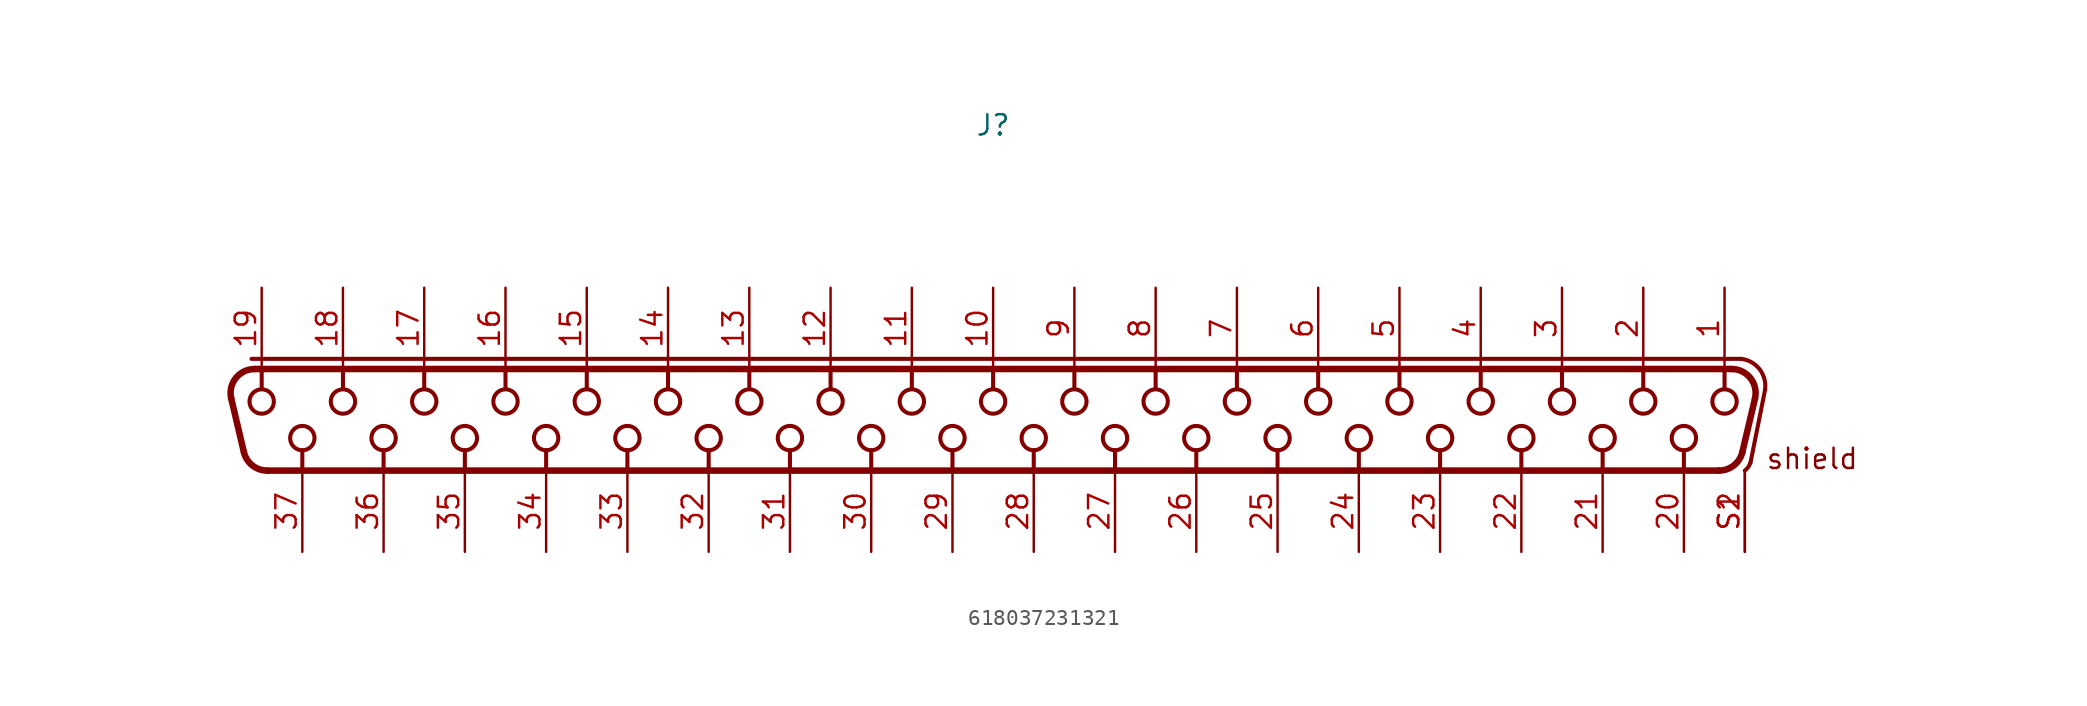
<source format=kicad_sym>
(kicad_symbol_lib
  (version 20241209)
  (generator "kicad_symbol_editor")
  (generator_version "9.0")
  (symbol "618037231321"
    (pin_names
      (hide yes))
    (property "Reference" "J"
      (at 0 17.78 0)
      (effects (font (size 1.27 1.27))))
    (symbol "618037231321_1_0"
      (polyline (pts (xy -46.833 -2.655) (xy -47.624 0.695)) (stroke (width 0.406) (type solid)) (fill (type none)))
      (polyline (pts (xy -46.355 3.175) (xy 46.76 3.175)) (stroke (width 0.254) (type solid)) (fill (type none)))
      (polyline (pts (xy -46.164 2.54) (xy 46.164 2.54)) (stroke (width 0.406) (type solid)) (fill (type none)))
      (arc (start -47.6242 0.695) (mid -47.3407 1.9707) (end -46.1643 2.54) (stroke (width 0.4064) (type solid)) (fill (type none)))
      (polyline (pts (xy -45.72 2.58) (xy -45.72 1.3)) (stroke (width 0.254) (type solid)) (fill (type none)))
      (circle (center -45.72 0.508) (radius 0.762) (stroke (width 0.254) (type solid)) (fill (type none)))
      (arc (start -45.373 -3.81) (mid -46.3038 -3.4862) (end -46.8328 -2.6547) (stroke (width 0.4064) (type solid)) (fill (type none)))
      (circle (center -43.18 -1.778) (radius 0.762) (stroke (width 0.254) (type solid)) (fill (type none)))
      (polyline (pts (xy -43.18 -2.54) (xy -43.18 -3.82)) (stroke (width 0.254) (type solid)) (fill (type none)))
      (polyline (pts (xy -40.64 2.58) (xy -40.64 1.3)) (stroke (width 0.254) (type solid)) (fill (type none)))
      (circle (center -40.64 0.508) (radius 0.762) (stroke (width 0.254) (type solid)) (fill (type none)))
      (circle (center -38.1 -1.778) (radius 0.762) (stroke (width 0.254) (type solid)) (fill (type none)))
      (polyline (pts (xy -38.1 -2.54) (xy -38.1 -3.82)) (stroke (width 0.254) (type solid)) (fill (type none)))
      (polyline (pts (xy -35.56 2.58) (xy -35.56 1.3)) (stroke (width 0.254) (type solid)) (fill (type none)))
      (circle (center -35.56 0.508) (radius 0.762) (stroke (width 0.254) (type solid)) (fill (type none)))
      (circle (center -33.02 -1.778) (radius 0.762) (stroke (width 0.254) (type solid)) (fill (type none)))
      (polyline (pts (xy -33.02 -2.54) (xy -33.02 -3.82)) (stroke (width 0.254) (type solid)) (fill (type none)))
      (polyline (pts (xy -30.48 2.58) (xy -30.48 1.3)) (stroke (width 0.254) (type solid)) (fill (type none)))
      (circle (center -30.48 0.508) (radius 0.762) (stroke (width 0.254) (type solid)) (fill (type none)))
      (circle (center -27.94 -1.778) (radius 0.762) (stroke (width 0.254) (type solid)) (fill (type none)))
      (polyline (pts (xy -27.94 -2.54) (xy -27.94 -3.82)) (stroke (width 0.254) (type solid)) (fill (type none)))
      (polyline (pts (xy -25.4 2.58) (xy -25.4 1.3)) (stroke (width 0.254) (type solid)) (fill (type none)))
      (circle (center -25.4 0.508) (radius 0.762) (stroke (width 0.254) (type solid)) (fill (type none)))
      (circle (center -22.86 -1.778) (radius 0.762) (stroke (width 0.254) (type solid)) (fill (type none)))
      (polyline (pts (xy -22.86 -2.54) (xy -22.86 -3.82)) (stroke (width 0.254) (type solid)) (fill (type none)))
      (polyline (pts (xy -20.32 2.58) (xy -20.32 1.3)) (stroke (width 0.254) (type solid)) (fill (type none)))
      (circle (center -20.32 0.508) (radius 0.762) (stroke (width 0.254) (type solid)) (fill (type none)))
      (circle (center -17.78 -1.778) (radius 0.762) (stroke (width 0.254) (type solid)) (fill (type none)))
      (polyline (pts (xy -17.78 -2.54) (xy -17.78 -3.82)) (stroke (width 0.254) (type solid)) (fill (type none)))
      (polyline (pts (xy -15.24 2.58) (xy -15.24 1.3)) (stroke (width 0.254) (type solid)) (fill (type none)))
      (circle (center -15.24 0.508) (radius 0.762) (stroke (width 0.254) (type solid)) (fill (type none)))
      (circle (center -12.7 -1.778) (radius 0.762) (stroke (width 0.254) (type solid)) (fill (type none)))
      (polyline (pts (xy -12.7 -2.54) (xy -12.7 -3.82)) (stroke (width 0.254) (type solid)) (fill (type none)))
      (polyline (pts (xy -10.16 2.58) (xy -10.16 1.3)) (stroke (width 0.254) (type solid)) (fill (type none)))
      (circle (center -10.16 0.508) (radius 0.762) (stroke (width 0.254) (type solid)) (fill (type none)))
      (circle (center -7.62 -1.778) (radius 0.762) (stroke (width 0.254) (type solid)) (fill (type none)))
      (polyline (pts (xy -7.62 -2.54) (xy -7.62 -3.82)) (stroke (width 0.254) (type solid)) (fill (type none)))
      (polyline (pts (xy -5.08 2.58) (xy -5.08 1.3)) (stroke (width 0.254) (type solid)) (fill (type none)))
      (circle (center -5.08 0.508) (radius 0.762) (stroke (width 0.254) (type solid)) (fill (type none)))
      (circle (center -2.54 -1.778) (radius 0.762) (stroke (width 0.254) (type solid)) (fill (type none)))
      (polyline (pts (xy -2.54 -2.54) (xy -2.54 -3.82)) (stroke (width 0.254) (type solid)) (fill (type none)))
      (polyline (pts (xy 0 2.58) (xy 0 1.3)) (stroke (width 0.254) (type solid)) (fill (type none)))
      (circle (center 0 0.508) (radius 0.762) (stroke (width 0.254) (type solid)) (fill (type none)))
      (circle (center 2.54 -1.778) (radius 0.762) (stroke (width 0.254) (type solid)) (fill (type none)))
      (polyline (pts (xy 2.54 -2.54) (xy 2.54 -3.82)) (stroke (width 0.254) (type solid)) (fill (type none)))
      (polyline (pts (xy 5.08 2.58) (xy 5.08 1.3)) (stroke (width 0.254) (type solid)) (fill (type none)))
      (circle (center 5.08 0.508) (radius 0.762) (stroke (width 0.254) (type solid)) (fill (type none)))
      (circle (center 7.62 -1.778) (radius 0.762) (stroke (width 0.254) (type solid)) (fill (type none)))
      (polyline (pts (xy 7.62 -2.54) (xy 7.62 -3.82)) (stroke (width 0.254) (type solid)) (fill (type none)))
      (polyline (pts (xy 10.16 2.58) (xy 10.16 1.3)) (stroke (width 0.254) (type solid)) (fill (type none)))
      (circle (center 10.16 0.508) (radius 0.762) (stroke (width 0.254) (type solid)) (fill (type none)))
      (circle (center 12.7 -1.778) (radius 0.762) (stroke (width 0.254) (type solid)) (fill (type none)))
      (polyline (pts (xy 12.7 -2.54) (xy 12.7 -3.82)) (stroke (width 0.254) (type solid)) (fill (type none)))
      (polyline (pts (xy 15.24 2.58) (xy 15.24 1.3)) (stroke (width 0.254) (type solid)) (fill (type none)))
      (circle (center 15.24 0.508) (radius 0.762) (stroke (width 0.254) (type solid)) (fill (type none)))
      (circle (center 17.78 -1.778) (radius 0.762) (stroke (width 0.254) (type solid)) (fill (type none)))
      (polyline (pts (xy 17.78 -2.54) (xy 17.78 -3.82)) (stroke (width 0.254) (type solid)) (fill (type none)))
      (polyline (pts (xy 20.32 2.58) (xy 20.32 1.3)) (stroke (width 0.254) (type solid)) (fill (type none)))
      (circle (center 20.32 0.508) (radius 0.762) (stroke (width 0.254) (type solid)) (fill (type none)))
      (circle (center 22.86 -1.778) (radius 0.762) (stroke (width 0.254) (type solid)) (fill (type none)))
      (polyline (pts (xy 22.86 -2.54) (xy 22.86 -3.82)) (stroke (width 0.254) (type solid)) (fill (type none)))
      (polyline (pts (xy 25.4 2.58) (xy 25.4 1.3)) (stroke (width 0.254) (type solid)) (fill (type none)))
      (circle (center 25.4 0.508) (radius 0.762) (stroke (width 0.254) (type solid)) (fill (type none)))
      (circle (center 27.94 -1.778) (radius 0.762) (stroke (width 0.254) (type solid)) (fill (type none)))
      (polyline (pts (xy 27.94 -2.54) (xy 27.94 -3.82)) (stroke (width 0.254) (type solid)) (fill (type none)))
      (polyline (pts (xy 30.48 2.58) (xy 30.48 1.3)) (stroke (width 0.254) (type solid)) (fill (type none)))
      (circle (center 30.48 0.508) (radius 0.762) (stroke (width 0.254) (type solid)) (fill (type none)))
      (circle (center 33.02 -1.778) (radius 0.762) (stroke (width 0.254) (type solid)) (fill (type none)))
      (polyline (pts (xy 33.02 -2.54) (xy 33.02 -3.82)) (stroke (width 0.254) (type solid)) (fill (type none)))
      (polyline (pts (xy 35.56 2.58) (xy 35.56 1.3)) (stroke (width 0.254) (type solid)) (fill (type none)))
      (circle (center 35.56 0.508) (radius 0.762) (stroke (width 0.254) (type solid)) (fill (type none)))
      (circle (center 38.1 -1.778) (radius 0.762) (stroke (width 0.254) (type solid)) (fill (type none)))
      (polyline (pts (xy 38.1 -2.54) (xy 38.1 -3.82)) (stroke (width 0.254) (type solid)) (fill (type none)))
      (polyline (pts (xy 40.64 2.58) (xy 40.64 1.3)) (stroke (width 0.254) (type solid)) (fill (type none)))
      (circle (center 40.64 0.508) (radius 0.762) (stroke (width 0.254) (type solid)) (fill (type none)))
      (circle (center 43.18 -1.778) (radius 0.762) (stroke (width 0.254) (type solid)) (fill (type none)))
      (polyline (pts (xy 43.18 -2.54) (xy 43.18 -3.82)) (stroke (width 0.254) (type solid)) (fill (type none)))
      (arc (start 46.8328 -2.6548) (mid 46.3037 -3.4863) (end 45.3729 -3.81) (stroke (width 0.4064) (type solid)) (fill (type none)))
      (polyline (pts (xy 45.373 -3.81) (xy -45.373 -3.81)) (stroke (width 0.406) (type solid)) (fill (type none)))
      (polyline (pts (xy 45.72 2.58) (xy 45.72 1.3)) (stroke (width 0.254) (type solid)) (fill (type none)))
      (circle (center 45.72 0.508) (radius 0.762) (stroke (width 0.254) (type solid)) (fill (type none)))
      (arc (start 46.1643 2.54) (mid 47.3407 1.9707) (end 47.6242 0.695) (stroke (width 0.4064) (type solid)) (fill (type none)))
      (arc (start 47.3439 -3.3037) (mid 47.2048 -3.5833) (end 46.99 -3.81) (stroke (width 0.254) (type solid)) (fill (type none)))
      (arc (start 46.76 3.175) (mid 47.9064 2.5346) (end 48.26 1.27) (stroke (width 0.254) (type solid)) (fill (type none)))
      (polyline (pts (xy 47.344 -3.304) (xy 48.26 1.27)) (stroke (width 0.254) (type solid)) (fill (type none)))
      (polyline (pts (xy 47.624 0.695) (xy 46.833 -2.655)) (stroke (width 0.406) (type solid)) (fill (type none)))
      (pin passive line (at -45.72 7.62 270) (length 5.08) (name "19" (effects (font (size 1.27 1.27)))) (number "19" (effects (font (size 1.27 1.27)))))
      (pin passive line (at -43.18 -8.89 90) (length 5.08) (name "37" (effects (font (size 1.27 1.27)))) (number "37" (effects (font (size 1.27 1.27)))))
      (pin passive line (at -40.64 7.62 270) (length 5.08) (name "18" (effects (font (size 1.27 1.27)))) (number "18" (effects (font (size 1.27 1.27)))))
      (pin passive line (at -38.1 -8.89 90) (length 5.08) (name "36" (effects (font (size 1.27 1.27)))) (number "36" (effects (font (size 1.27 1.27)))))
      (pin passive line (at -35.56 7.62 270) (length 5.08) (name "17" (effects (font (size 1.27 1.27)))) (number "17" (effects (font (size 1.27 1.27)))))
      (pin passive line (at -33.02 -8.89 90) (length 5.08) (name "35" (effects (font (size 1.27 1.27)))) (number "35" (effects (font (size 1.27 1.27)))))
      (pin passive line (at -30.48 7.62 270) (length 5.08) (name "16" (effects (font (size 1.27 1.27)))) (number "16" (effects (font (size 1.27 1.27)))))
      (pin passive line (at -27.94 -8.89 90) (length 5.08) (name "34" (effects (font (size 1.27 1.27)))) (number "34" (effects (font (size 1.27 1.27)))))
      (pin passive line (at -25.4 7.62 270) (length 5.08) (name "15" (effects (font (size 1.27 1.27)))) (number "15" (effects (font (size 1.27 1.27)))))
      (pin passive line (at -22.86 -8.89 90) (length 5.08) (name "33" (effects (font (size 1.27 1.27)))) (number "33" (effects (font (size 1.27 1.27)))))
      (pin passive line (at -20.32 7.62 270) (length 5.08) (name "14" (effects (font (size 1.27 1.27)))) (number "14" (effects (font (size 1.27 1.27)))))
      (pin passive line (at -17.78 -8.89 90) (length 5.08) (name "32" (effects (font (size 1.27 1.27)))) (number "32" (effects (font (size 1.27 1.27)))))
      (pin passive line (at -15.24 7.62 270) (length 5.08) (name "13" (effects (font (size 1.27 1.27)))) (number "13" (effects (font (size 1.27 1.27)))))
      (pin passive line (at -12.7 -8.89 90) (length 5.08) (name "31" (effects (font (size 1.27 1.27)))) (number "31" (effects (font (size 1.27 1.27)))))
      (pin passive line (at -10.16 7.62 270) (length 5.08) (name "12" (effects (font (size 1.27 1.27)))) (number "12" (effects (font (size 1.27 1.27)))))
      (pin passive line (at -7.62 -8.89 90) (length 5.08) (name "30" (effects (font (size 1.27 1.27)))) (number "30" (effects (font (size 1.27 1.27)))))
      (pin passive line (at -5.08 7.62 270) (length 5.08) (name "11" (effects (font (size 1.27 1.27)))) (number "11" (effects (font (size 1.27 1.27)))))
      (pin passive line (at -2.54 -8.89 90) (length 5.08) (name "29" (effects (font (size 1.27 1.27)))) (number "29" (effects (font (size 1.27 1.27)))))
      (pin passive line (at 0 7.62 270) (length 5.08) (name "10" (effects (font (size 1.27 1.27)))) (number "10" (effects (font (size 1.27 1.27)))))
      (pin passive line (at 2.54 -8.89 90) (length 5.08) (name "28" (effects (font (size 1.27 1.27)))) (number "28" (effects (font (size 1.27 1.27)))))
      (pin passive line (at 5.08 7.62 270) (length 5.08) (name "9" (effects (font (size 1.27 1.27)))) (number "9" (effects (font (size 1.27 1.27)))))
      (pin passive line (at 7.62 -8.89 90) (length 5.08) (name "27" (effects (font (size 1.27 1.27)))) (number "27" (effects (font (size 1.27 1.27)))))
      (pin passive line (at 10.16 7.62 270) (length 5.08) (name "8" (effects (font (size 1.27 1.27)))) (number "8" (effects (font (size 1.27 1.27)))))
      (pin passive line (at 12.7 -8.89 90) (length 5.08) (name "26" (effects (font (size 1.27 1.27)))) (number "26" (effects (font (size 1.27 1.27)))))
      (pin passive line (at 15.24 7.62 270) (length 5.08) (name "7" (effects (font (size 1.27 1.27)))) (number "7" (effects (font (size 1.27 1.27)))))
      (pin passive line (at 17.78 -8.89 90) (length 5.08) (name "25" (effects (font (size 1.27 1.27)))) (number "25" (effects (font (size 1.27 1.27)))))
      (pin passive line (at 20.32 7.62 270) (length 5.08) (name "6" (effects (font (size 1.27 1.27)))) (number "6" (effects (font (size 1.27 1.27)))))
      (pin passive line (at 22.86 -8.89 90) (length 5.08) (name "24" (effects (font (size 1.27 1.27)))) (number "24" (effects (font (size 1.27 1.27)))))
      (pin passive line (at 25.4 7.62 270) (length 5.08) (name "5" (effects (font (size 1.27 1.27)))) (number "5" (effects (font (size 1.27 1.27)))))
      (pin passive line (at 27.94 -8.89 90) (length 5.08) (name "23" (effects (font (size 1.27 1.27)))) (number "23" (effects (font (size 1.27 1.27)))))
      (pin passive line (at 30.48 7.62 270) (length 5.08) (name "4" (effects (font (size 1.27 1.27)))) (number "4" (effects (font (size 1.27 1.27)))))
      (pin passive line (at 33.02 -8.89 90) (length 5.08) (name "22" (effects (font (size 1.27 1.27)))) (number "22" (effects (font (size 1.27 1.27)))))
      (pin passive line (at 35.56 7.62 270) (length 5.08) (name "3" (effects (font (size 1.27 1.27)))) (number "3" (effects (font (size 1.27 1.27)))))
      (pin passive line (at 38.1 -8.89 90) (length 5.08) (name "21" (effects (font (size 1.27 1.27)))) (number "21" (effects (font (size 1.27 1.27)))))
      (pin passive line (at 40.64 7.62 270) (length 5.08) (name "2" (effects (font (size 1.27 1.27)))) (number "2" (effects (font (size 1.27 1.27)))))
      (pin passive line (at 43.18 -8.89 90) (length 5.08) (name "20" (effects (font (size 1.27 1.27)))) (number "20" (effects (font (size 1.27 1.27)))))
      (pin passive line (at 45.72 7.62 270) (length 5.08) (name "1" (effects (font (size 1.27 1.27)))) (number "1" (effects (font (size 1.27 1.27)))))
      (pin passive line (at 46.99 -8.89 90) (length 5.08) (name "SHIELD" (effects (font (size 1.27 1.27)))) (number "S1" (effects (font (size 1.27 1.27)))))
      (pin passive line (at 46.99 -8.89 90) (length 5.08) (name "SHIELD" (effects (font (size 1.27 1.27)))) (number "S2" (effects (font (size 1.27 1.27))))))
    (symbol "618037231321_1_1"
      (text "shield" (at 48.26 -3.81 0) (effects (font (size 1.27 1.27)) (justify left bottom))))))
</source>
